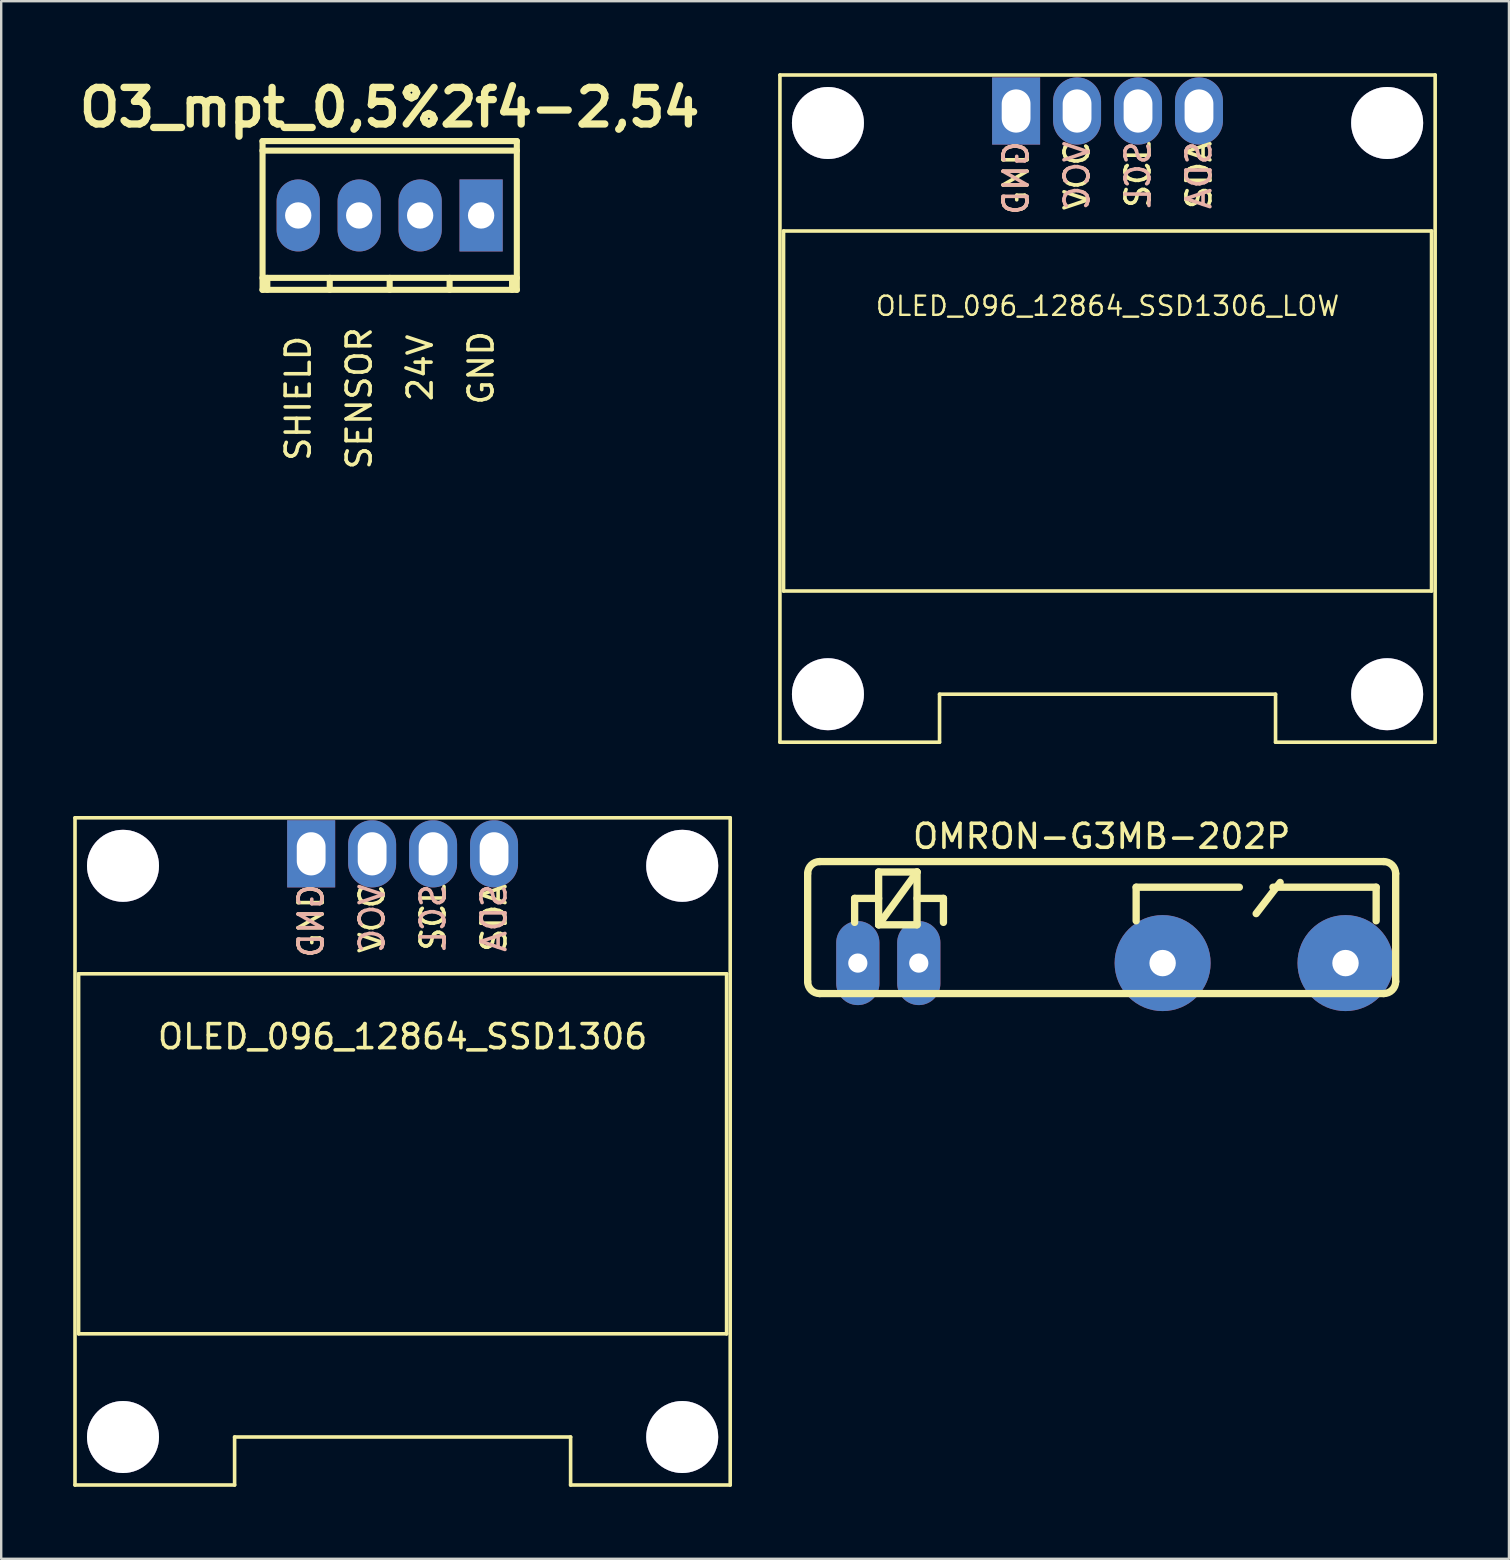
<source format=kicad_pcb>
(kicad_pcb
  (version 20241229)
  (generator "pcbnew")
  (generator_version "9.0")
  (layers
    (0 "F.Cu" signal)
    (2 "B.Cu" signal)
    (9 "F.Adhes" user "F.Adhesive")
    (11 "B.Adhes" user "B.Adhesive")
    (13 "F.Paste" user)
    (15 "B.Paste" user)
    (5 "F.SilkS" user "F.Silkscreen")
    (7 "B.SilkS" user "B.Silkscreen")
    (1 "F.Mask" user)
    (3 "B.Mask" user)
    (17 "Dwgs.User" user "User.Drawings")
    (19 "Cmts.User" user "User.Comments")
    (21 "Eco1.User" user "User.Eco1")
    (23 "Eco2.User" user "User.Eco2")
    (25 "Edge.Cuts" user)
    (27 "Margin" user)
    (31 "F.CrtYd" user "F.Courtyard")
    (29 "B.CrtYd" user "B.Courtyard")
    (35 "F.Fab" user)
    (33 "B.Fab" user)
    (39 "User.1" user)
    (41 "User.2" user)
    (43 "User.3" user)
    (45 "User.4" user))
  (footprint "OLED_096_12864_SSD1306_LOW"
    (layer "F.Cu")
    (at 43.097 1.575)
    (property "Reference" "OLED_096_12864_SSD1306_LOW" (at 0 8.128 0) (layer "F.SilkS") (effects (font (size 0.8 0.8) (thickness 0.1))))
    (attr through_hole)
    (fp_line (start -13.65 -1.5) (end -13.65 26.3) (stroke (width 0.15) (type solid)) (layer "F.SilkS"))
    (fp_line (start -13.65 -1.5) (end 13.65 -1.5) (stroke (width 0.15) (type solid)) (layer "F.SilkS"))
    (fp_line (start -13.65 26.3) (end -7 26.3) (stroke (width 0.15) (type solid)) (layer "F.SilkS"))
    (fp_line (start -13.5 5) (end -13.5 20) (stroke (width 0.15) (type solid)) (layer "F.SilkS"))
    (fp_line (start -13.5 20) (end 13.5 20) (stroke (width 0.15) (type solid)) (layer "F.SilkS"))
    (fp_line (start -7 24.3) (end 7 24.3) (stroke (width 0.15) (type solid)) (layer "F.SilkS"))
    (fp_line (start -7 26.3) (end -7 24.3) (stroke (width 0.15) (type solid)) (layer "F.SilkS"))
    (fp_line (start 7 26.3) (end 7 24.3) (stroke (width 0.15) (type solid)) (layer "F.SilkS"))
    (fp_line (start 13.5 5) (end -13.5 5) (stroke (width 0.15) (type solid)) (layer "F.SilkS"))
    (fp_line (start 13.5 20) (end 13.5 5) (stroke (width 0.15) (type solid)) (layer "F.SilkS"))
    (fp_line (start 13.65 -1.5) (end 13.65 26.3) (stroke (width 0.15) (type solid)) (layer "F.SilkS"))
    (fp_line (start 13.65 26.3) (end 7 26.3) (stroke (width 0.15) (type solid)) (layer "F.SilkS"))
    (fp_text user "VCC" (at -1.27 2.699 90) (layer "F.SilkS") (effects (font (size 1 1) (thickness 0.15))))
    (fp_text user "SDA" (at 3.81 2.675 90) (layer "F.SilkS") (effects (font (size 1 1) (thickness 0.15))))
    (fp_text user "GND" (at -3.81 2.794 90) (layer "F.SilkS") (effects (font (size 1 1) (thickness 0.15))))
    (fp_text user "SCL" (at 1.27 2.651 90) (layer "F.SilkS") (effects (font (size 1 1) (thickness 0.15))))
    (fp_text user "SCL" (at 1.27 2.651 90) (layer "B.SilkS") (effects (font (size 1 1) (thickness 0.15)) (justify mirror)))
    (fp_text user "GND" (at -3.81 2.794 90) (layer "B.SilkS") (effects (font (size 1 1) (thickness 0.15)) (justify mirror)))
    (fp_text user "VCC" (at -1.27 2.699 90) (layer "B.SilkS") (effects (font (size 1 1) (thickness 0.15)) (justify mirror)))
    (fp_text user "SDA" (at 3.81 2.675 90) (layer "B.SilkS") (effects (font (size 1 1) (thickness 0.15)) (justify mirror)))
    (pad "" thru_hole circle (at -11.65 0.5) (size 3 3) (drill 3) (layers "*.Cu" "*.Mask"))
    (pad "" thru_hole circle (at -11.65 24.3) (size 3 3) (drill 3) (layers "*.Cu" "*.Mask"))
    (pad "" thru_hole circle (at 11.65 0.5) (size 3 3) (drill 3) (layers "*.Cu" "*.Mask"))
    (pad "" thru_hole circle (at 11.65 24.3) (size 3 3) (drill 3) (layers "*.Cu" "*.Mask"))
    (pad "GND" thru_hole rect (at -3.81 0) (size 2 2.8) (drill oval 1.2 1.8) (layers "*.Cu" "*.Mask"))
    (pad "SCL" thru_hole oval (at 1.27 0) (size 2 2.8) (drill oval 1.2 1.8) (layers "*.Cu" "*.Mask"))
    (pad "SDA" thru_hole oval (at 3.81 0) (size 2 2.8) (drill oval 1.2 1.8) (layers "*.Cu" "*.Mask"))
    (pad "VCC" thru_hole oval (at -1.27 0) (size 2 2.8) (drill oval 1.2 1.8) (layers "*.Cu" "*.Mask")))
  (footprint "O3_mpt_0,5%2f4-2,54"
    (layer "F.Cu")
    (at 13.186 5.927)
    (property "Reference" "O3_mpt_0,5%2f4-2,54" (at 0 -4.501 0) (layer "F.SilkS") (effects (font (size 1.524 1.524) (thickness 0.305))))
    (attr through_hole)
    (fp_line (start -5.301 -2.7) (end 5.301 -2.7) (stroke (width 0.254) (type solid)) (layer "F.SilkS"))
    (fp_line (start -5.301 2.601) (end 5.301 2.601) (stroke (width 0.254) (type solid)) (layer "F.SilkS"))
    (fp_line (start -5.296 -3.099) (end -5.296 3.099) (stroke (width 0.254) (type solid)) (layer "F.SilkS"))
    (fp_line (start -5.098 3.099) (end -5.098 2.601) (stroke (width 0.254) (type solid)) (layer "F.SilkS"))
    (fp_line (start -2.497 3.099) (end -2.497 2.601) (stroke (width 0.254) (type solid)) (layer "F.SilkS"))
    (fp_line (start 0 2.601) (end 0 3.099) (stroke (width 0.254) (type solid)) (layer "F.SilkS"))
    (fp_line (start 2.497 2.601) (end 2.497 3.099) (stroke (width 0.254) (type solid)) (layer "F.SilkS"))
    (fp_line (start 5.1 2.601) (end 5.1 3.099) (stroke (width 0.254) (type solid)) (layer "F.SilkS"))
    (fp_line (start 5.298 3.099) (end 5.298 -3.099) (stroke (width 0.254) (type solid)) (layer "F.SilkS"))
    (fp_line (start 5.301 -3.099) (end -5.301 -3.099) (stroke (width 0.254) (type solid)) (layer "F.SilkS"))
    (fp_line (start 5.301 3.099) (end -5.301 3.099) (stroke (width 0.254) (type solid)) (layer "F.SilkS"))
    (fp_text user "GND" (at 3.81 6.35 90) (layer "F.SilkS") (effects (font (size 1 1) (thickness 0.15))))
    (fp_text user "24V" (at 1.27 6.35 90) (layer "F.SilkS") (effects (font (size 1 1) (thickness 0.15))))
    (fp_text user "SENSOR" (at -1.27 7.62 90) (layer "F.SilkS") (effects (font (size 1 1) (thickness 0.15))))
    (fp_text user "SHIELD" (at -3.81 7.62 90) (layer "F.SilkS") (effects (font (size 1 1) (thickness 0.15))))
    (pad "1" thru_hole rect (at 3.81 0) (size 1.8 3) (drill 1.097) (layers "*.Cu" "*.Mask"))
    (pad "2" thru_hole oval (at 1.27 0) (size 1.8 3) (drill 1.097) (layers "*.Cu" "*.Mask"))
    (pad "3" thru_hole oval (at -1.27 0) (size 1.8 3) (drill 1.097) (layers "*.Cu" "*.Mask"))
    (pad "4" thru_hole oval (at -3.81 0) (size 1.8 3) (drill 1.097) (layers "*.Cu" "*.Mask")))
  (footprint "OLED_096_12864_SSD1306"
    (layer "F.Cu")
    (at 13.725 32.525)
    (property "Reference" "OLED_096_12864_SSD1306" (at 0 7.62 0) (layer "F.SilkS") (effects (font (size 1 1) (thickness 0.15))))
    (attr through_hole)
    (fp_line (start -13.65 -1.5) (end -13.65 26.3) (stroke (width 0.15) (type solid)) (layer "F.SilkS"))
    (fp_line (start -13.65 -1.5) (end 13.65 -1.5) (stroke (width 0.15) (type solid)) (layer "F.SilkS"))
    (fp_line (start -13.65 26.3) (end -7 26.3) (stroke (width 0.15) (type solid)) (layer "F.SilkS"))
    (fp_line (start -13.5 5) (end -13.5 20) (stroke (width 0.15) (type solid)) (layer "F.SilkS"))
    (fp_line (start -13.5 20) (end 13.5 20) (stroke (width 0.15) (type solid)) (layer "F.SilkS"))
    (fp_line (start -7 24.3) (end 7 24.3) (stroke (width 0.15) (type solid)) (layer "F.SilkS"))
    (fp_line (start -7 26.3) (end -7 24.3) (stroke (width 0.15) (type solid)) (layer "F.SilkS"))
    (fp_line (start 7 26.3) (end 7 24.3) (stroke (width 0.15) (type solid)) (layer "F.SilkS"))
    (fp_line (start 13.5 5) (end -13.5 5) (stroke (width 0.15) (type solid)) (layer "F.SilkS"))
    (fp_line (start 13.5 20) (end 13.5 5) (stroke (width 0.15) (type solid)) (layer "F.SilkS"))
    (fp_line (start 13.65 -1.5) (end 13.65 26.3) (stroke (width 0.15) (type solid)) (layer "F.SilkS"))
    (fp_line (start 13.65 26.3) (end 7 26.3) (stroke (width 0.15) (type solid)) (layer "F.SilkS"))
    (fp_text user "VCC" (at -1.27 2.699 90) (layer "F.SilkS") (effects (font (size 1 1) (thickness 0.15))))
    (fp_text user "SDA" (at 3.81 2.675 90) (layer "F.SilkS") (effects (font (size 1 1) (thickness 0.15))))
    (fp_text user "SCL" (at 1.27 2.651 90) (layer "F.SilkS") (effects (font (size 1 1) (thickness 0.15))))
    (fp_text user "GND" (at -3.81 2.794 90) (layer "F.SilkS") (effects (font (size 1 1) (thickness 0.15))))
    (fp_text user "VCC" (at -1.27 2.699 90) (layer "B.SilkS") (effects (font (size 1 1) (thickness 0.15)) (justify mirror)))
    (fp_text user "SCL" (at 1.27 2.651 90) (layer "B.SilkS") (effects (font (size 1 1) (thickness 0.15)) (justify mirror)))
    (fp_text user "GND" (at -3.81 2.794 90) (layer "B.SilkS") (effects (font (size 1 1) (thickness 0.15)) (justify mirror)))
    (fp_text user "SDA" (at 3.81 2.675 90) (layer "B.SilkS") (effects (font (size 1 1) (thickness 0.15)) (justify mirror)))
    (pad "" thru_hole circle (at -11.65 0.5) (size 3 3) (drill 3) (layers "*.Cu" "*.Mask"))
    (pad "" thru_hole circle (at -11.65 24.3) (size 3 3) (drill 3) (layers "*.Cu" "*.Mask"))
    (pad "" thru_hole circle (at 11.65 0.5) (size 3 3) (drill 3) (layers "*.Cu" "*.Mask"))
    (pad "" thru_hole circle (at 11.65 24.3) (size 3 3) (drill 3) (layers "*.Cu" "*.Mask"))
    (pad "GND" thru_hole rect (at -3.81 0) (size 2 2.8) (drill oval 1.2 1.8) (layers "*.Cu" "*.Mask"))
    (pad "SCL" thru_hole oval (at 1.27 0) (size 2 2.8) (drill oval 1.2 1.8) (layers "*.Cu" "*.Mask"))
    (pad "SDA" thru_hole oval (at 3.81 0) (size 2 2.8) (drill oval 1.2 1.8) (layers "*.Cu" "*.Mask"))
    (pad "VCC" thru_hole oval (at -1.27 0) (size 2 2.8) (drill oval 1.2 1.8) (layers "*.Cu" "*.Mask")))
  (footprint "OMRON-G3MB-202P"
    (layer "F.Cu")
    (at 42.852 35.598)
    (property "Reference" "OMRON-G3MB-202P" (at 0 -3.8 0) (layer "F.SilkS") (effects (font (size 1 1) (thickness 0.15))))
    (attr through_hole)
    (fp_line (start -12.25 -2.25) (end -12.25 2.25) (stroke (width 0.305) (type solid)) (layer "F.SilkS"))
    (fp_line (start -11.75 -2.75) (end 11.75 -2.75) (stroke (width 0.305) (type solid)) (layer "F.SilkS"))
    (fp_line (start -11.75 2.75) (end 11.75 2.75) (stroke (width 0.305) (type solid)) (layer "F.SilkS"))
    (fp_line (start -10.293 -0.216) (end -10.293 -1.216) (stroke (width 0.305) (type solid)) (layer "F.SilkS"))
    (fp_line (start -9.293 -2.316) (end -9.293 -0.116) (stroke (width 0.305) (type solid)) (layer "F.SilkS"))
    (fp_line (start -9.293 -1.216) (end -10.293 -1.216) (stroke (width 0.305) (type solid)) (layer "F.SilkS"))
    (fp_line (start -9.293 -0.116) (end -7.693 -0.116) (stroke (width 0.305) (type solid)) (layer "F.SilkS"))
    (fp_line (start -7.693 -2.316) (end -9.293 -2.316) (stroke (width 0.305) (type solid)) (layer "F.SilkS"))
    (fp_line (start -7.693 -2.316) (end -9.293 -0.116) (stroke (width 0.305) (type solid)) (layer "F.SilkS"))
    (fp_line (start -7.693 -1.216) (end -6.593 -1.216) (stroke (width 0.305) (type solid)) (layer "F.SilkS"))
    (fp_line (start -7.693 -0.116) (end -7.693 -2.316) (stroke (width 0.305) (type solid)) (layer "F.SilkS"))
    (fp_line (start -6.593 -0.216) (end -6.593 -1.216) (stroke (width 0.305) (type solid)) (layer "F.SilkS"))
    (fp_line (start 1.437 -0.281) (end 1.437 -1.681) (stroke (width 0.305) (type solid)) (layer "F.SilkS"))
    (fp_line (start 5.737 -1.681) (end 1.437 -1.681) (stroke (width 0.305) (type solid)) (layer "F.SilkS"))
    (fp_line (start 6.437 -0.581) (end 7.437 -1.881) (stroke (width 0.305) (type solid)) (layer "F.SilkS"))
    (fp_line (start 11.437 -1.681) (end 7.137 -1.681) (stroke (width 0.305) (type solid)) (layer "F.SilkS"))
    (fp_line (start 11.437 -0.281) (end 11.437 -1.681) (stroke (width 0.305) (type solid)) (layer "F.SilkS"))
    (fp_line (start 12.25 -2.25) (end 12.25 2.25) (stroke (width 0.305) (type solid)) (layer "F.SilkS"))
    (fp_arc (start -12.25 -2.24962) (mid -12.103442 -2.603442) (end -11.74962 -2.75) (stroke (width 0.3048) (type solid)) (layer "F.SilkS"))
    (fp_arc (start -11.74962 2.75) (mid -12.103442 2.603442) (end -12.25 2.24962) (stroke (width 0.3048) (type solid)) (layer "F.SilkS"))
    (fp_arc (start 11.74962 -2.75) (mid 12.103442 -2.603442) (end 12.25 -2.24962) (stroke (width 0.3048) (type solid)) (layer "F.SilkS"))
    (fp_arc (start 12.25 2.24962) (mid 12.103442 2.603442) (end 11.74962 2.75) (stroke (width 0.3048) (type solid)) (layer "F.SilkS"))
    (pad "1" thru_hole circle (at 10.16 1.48) (size 4 4) (drill 1.1) (layers "*.Cu" "*.Mask"))
    (pad "2" thru_hole circle (at 2.54 1.48) (size 4 4) (drill 1.1) (layers "*.Cu" "*.Mask"))
    (pad "3" thru_hole oval (at -7.62 1.48) (size 1.8 3.5) (drill 0.8) (layers "*.Cu" "*.Mask"))
    (pad "4" thru_hole oval (at -10.16 1.48) (size 1.8 3.5) (drill 0.8) (layers "*.Cu" "*.Mask")))
  (gr_rect
    (start -3 -3)
    (end 59.822 61.9)
    (stroke (width 0.1) (type default))
    (fill no)
    (layer "Edge.Cuts")))
</source>
